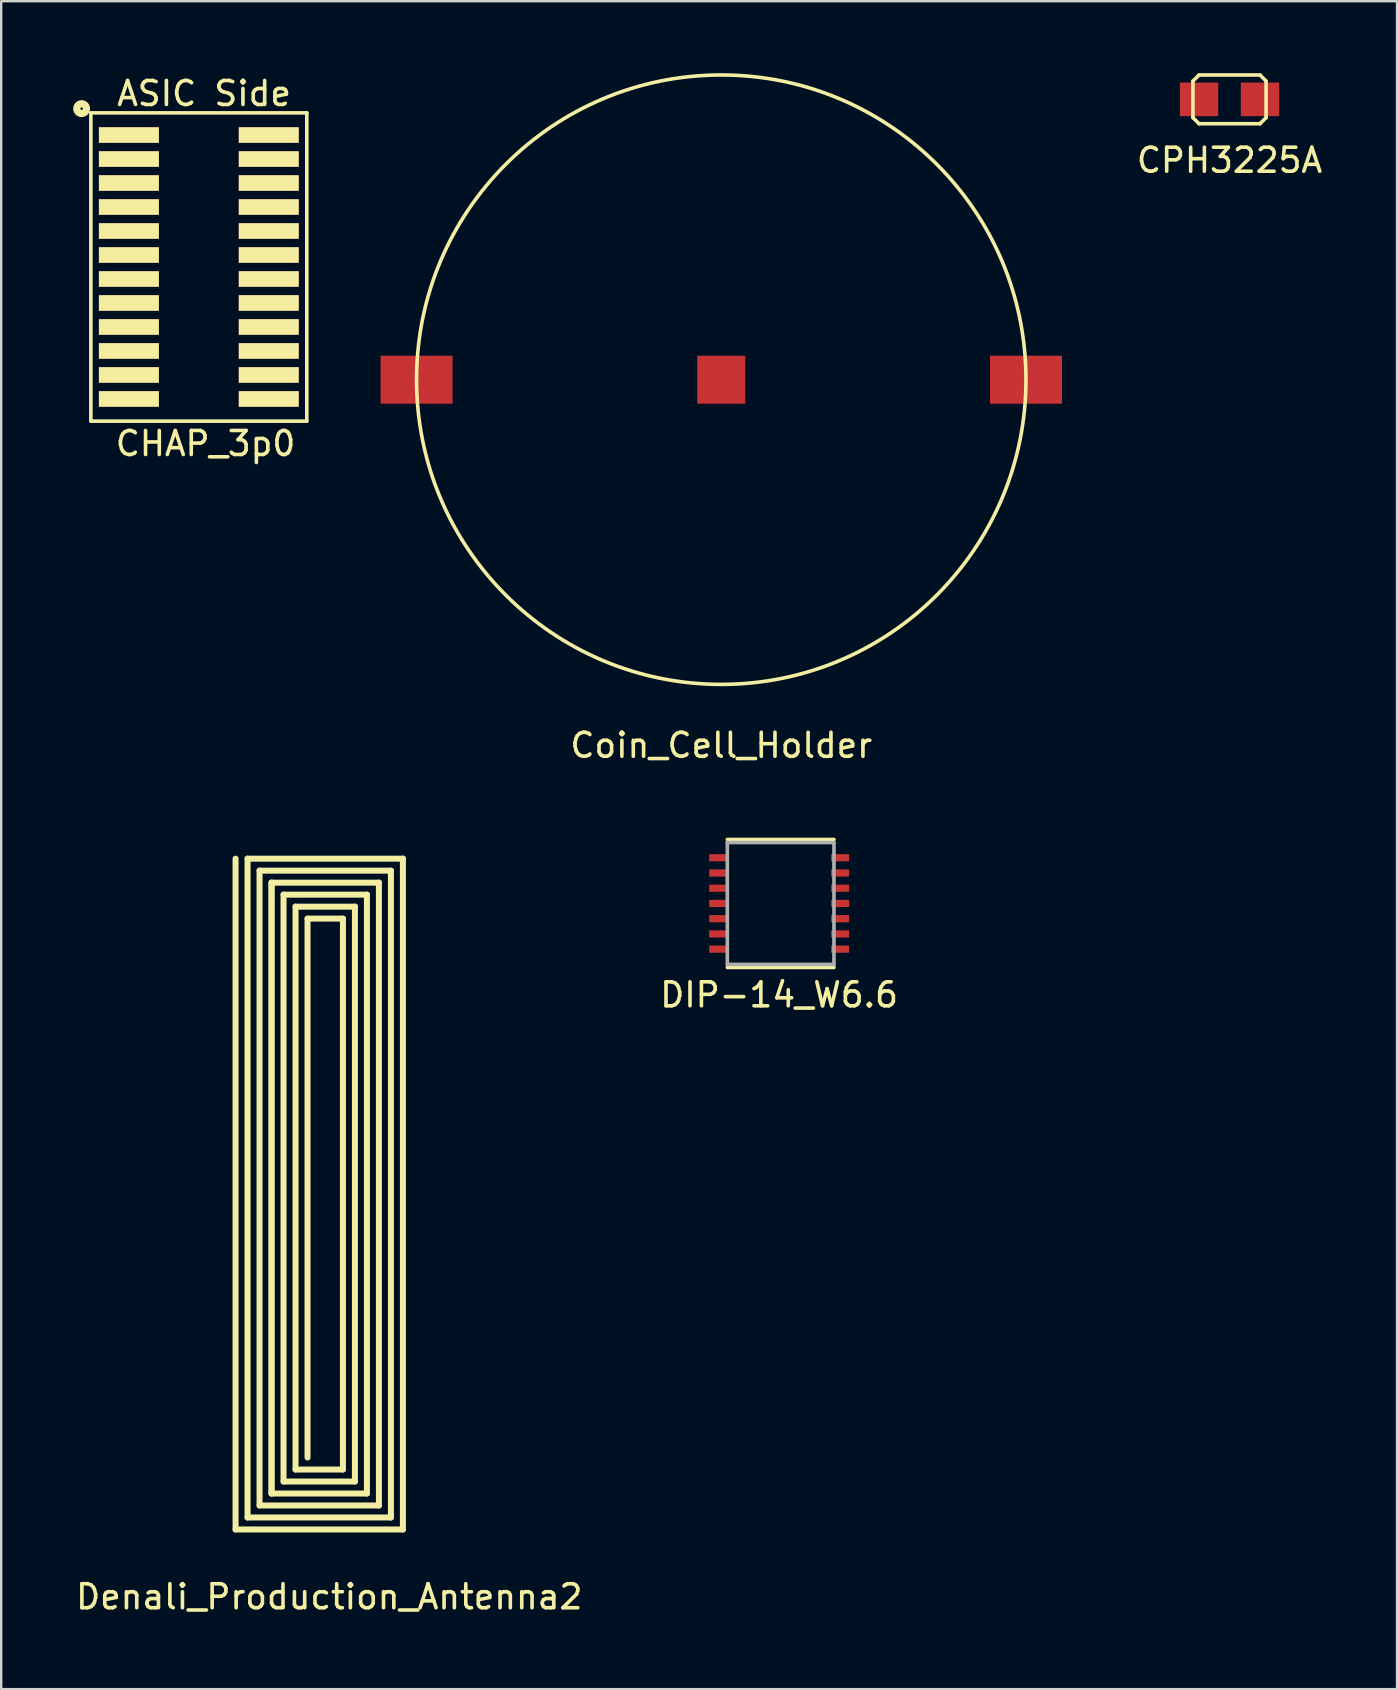
<source format=kicad_pcb>
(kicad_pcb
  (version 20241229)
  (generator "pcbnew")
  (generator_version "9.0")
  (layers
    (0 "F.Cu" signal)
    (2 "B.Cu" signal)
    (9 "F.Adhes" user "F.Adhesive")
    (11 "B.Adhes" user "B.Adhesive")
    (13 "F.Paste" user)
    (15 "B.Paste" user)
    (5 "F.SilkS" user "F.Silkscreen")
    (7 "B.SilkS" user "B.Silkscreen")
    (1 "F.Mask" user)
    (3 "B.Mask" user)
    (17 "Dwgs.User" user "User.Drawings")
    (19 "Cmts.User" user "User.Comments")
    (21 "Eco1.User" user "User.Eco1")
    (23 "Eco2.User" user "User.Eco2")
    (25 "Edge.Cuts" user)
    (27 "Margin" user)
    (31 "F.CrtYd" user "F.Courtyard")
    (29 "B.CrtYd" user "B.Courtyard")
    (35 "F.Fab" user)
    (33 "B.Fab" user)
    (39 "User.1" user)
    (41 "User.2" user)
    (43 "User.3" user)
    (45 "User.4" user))
  (footprint "CPH3225A"
    (layer "F.Cu")
    (at 48.195 1.091)
    (property "Reference" "CPH3225A" (at 0 2.54 0) (layer "F.SilkS") (effects (font (size 1 1) (thickness 0.15))))
    (attr through_hole)
    (fp_line (start -1.524 -0.762) (end -1.27 -1.016) (stroke (width 0.15) (type solid)) (layer "F.SilkS"))
    (fp_line (start -1.524 0.762) (end -1.524 -0.762) (stroke (width 0.15) (type solid)) (layer "F.SilkS"))
    (fp_line (start -1.27 -1.016) (end 1.27 -1.016) (stroke (width 0.15) (type solid)) (layer "F.SilkS"))
    (fp_line (start -1.27 1.016) (end -1.524 0.762) (stroke (width 0.15) (type solid)) (layer "F.SilkS"))
    (fp_line (start 1.27 -1.016) (end 1.524 -0.762) (stroke (width 0.15) (type solid)) (layer "F.SilkS"))
    (fp_line (start 1.27 1.016) (end -1.27 1.016) (stroke (width 0.15) (type solid)) (layer "F.SilkS"))
    (fp_line (start 1.524 -0.762) (end 1.524 0.762) (stroke (width 0.15) (type solid)) (layer "F.SilkS"))
    (fp_line (start 1.524 0.762) (end 1.27 1.016) (stroke (width 0.15) (type solid)) (layer "F.SilkS"))
    (pad "1" smd rect (at -1.27 0) (size 1.6 1.4) (layers "F.Cu" "F.Mask" "F.Paste"))
    (pad "2" smd rect (at 1.27 0) (size 1.6 1.4) (layers "F.Cu" "F.Mask" "F.Paste")))
  (footprint "Denali_Production_Antenna2"
    (layer "F.Cu")
    (at 6.143 32.113)
    (property "Reference" "Denali_Production_Antenna2" (at 4.53 31.39 0) (layer "F.SilkS") (effects (font (size 1 1) (thickness 0.15))))
    (attr through_hole)
    (fp_line (start 0.625 0.625) (end 0.625 28.585) (stroke (width 0.25) (type solid)) (layer "F.SilkS"))
    (fp_line (start 0.625 28.585) (end 7.6 28.585) (stroke (width 0.25) (type solid)) (layer "F.SilkS"))
    (fp_line (start 1.125 0.625) (end 1.125 28.085) (stroke (width 0.25) (type solid)) (layer "F.SilkS"))
    (fp_line (start 1.125 28.085) (end 7.1 28.085) (stroke (width 0.25) (type solid)) (layer "F.SilkS"))
    (fp_line (start 1.625 1.125) (end 1.625 27.585) (stroke (width 0.25) (type solid)) (layer "F.SilkS"))
    (fp_line (start 1.625 27.585) (end 6.6 27.585) (stroke (width 0.25) (type solid)) (layer "F.SilkS"))
    (fp_line (start 2.125 1.625) (end 2.125 27.085) (stroke (width 0.25) (type solid)) (layer "F.SilkS"))
    (fp_line (start 2.125 1.625) (end 2.125 27.085) (stroke (width 0.25) (type solid)) (layer "F.SilkS"))
    (fp_line (start 2.125 27.085) (end 6.1 27.085) (stroke (width 0.25) (type solid)) (layer "F.SilkS"))
    (fp_line (start 2.625 2.125) (end 2.625 26.585) (stroke (width 0.25) (type solid)) (layer "F.SilkS"))
    (fp_line (start 2.625 26.585) (end 5.6 26.585) (stroke (width 0.25) (type solid)) (layer "F.SilkS"))
    (fp_line (start 3.125 2.625) (end 3.125 26.085) (stroke (width 0.25) (type solid)) (layer "F.SilkS"))
    (fp_line (start 3.125 26.085) (end 5.1 26.085) (stroke (width 0.25) (type solid)) (layer "F.SilkS"))
    (fp_line (start 3.625 3.125) (end 3.625 25.585) (stroke (width 0.25) (type solid)) (layer "F.SilkS"))
    (fp_line (start 5.1 3.125) (end 3.625 3.125) (stroke (width 0.25) (type solid)) (layer "F.SilkS"))
    (fp_line (start 5.1 26.085) (end 5.1 3.125) (stroke (width 0.25) (type solid)) (layer "F.SilkS"))
    (fp_line (start 5.6 2.625) (end 3.125 2.625) (stroke (width 0.25) (type solid)) (layer "F.SilkS"))
    (fp_line (start 5.6 26.585) (end 5.6 2.625) (stroke (width 0.25) (type solid)) (layer "F.SilkS"))
    (fp_line (start 6.1 2.125) (end 2.625 2.125) (stroke (width 0.25) (type solid)) (layer "F.SilkS"))
    (fp_line (start 6.1 27.085) (end 6.1 2.125) (stroke (width 0.25) (type solid)) (layer "F.SilkS"))
    (fp_line (start 6.6 1.625) (end 2.125 1.625) (stroke (width 0.25) (type solid)) (layer "F.SilkS"))
    (fp_line (start 6.6 27.585) (end 6.6 1.625) (stroke (width 0.25) (type solid)) (layer "F.SilkS"))
    (fp_line (start 7.1 1.125) (end 1.625 1.125) (stroke (width 0.25) (type solid)) (layer "F.SilkS"))
    (fp_line (start 7.1 28.085) (end 7.1 1.125) (stroke (width 0.25) (type solid)) (layer "F.SilkS"))
    (fp_line (start 7.6 0.625) (end 1.125 0.625) (stroke (width 0.25) (type solid)) (layer "F.SilkS"))
    (fp_line (start 7.6 28.585) (end 7.6 0.625) (stroke (width 0.25) (type solid)) (layer "F.SilkS")))
  (footprint "DIP-14_W6.6"
    (layer "F.Cu")
    (at 29.423 34.605)
    (property "Reference" "DIP-14_W6.6" (at 0 3.81 0) (layer "F.SilkS") (effects (font (size 1 1) (thickness 0.15))))
    (attr through_hole)
    (fp_line (start -2.159 2.667) (end 2.286 2.667) (stroke (width 0.15) (type solid)) (layer "F.SilkS"))
    (fp_line (start 2.286 -2.667) (end -2.159 -2.667) (stroke (width 0.15) (type solid)) (layer "F.SilkS"))
    (fp_line (start -2.159 -2.54) (end -2.159 2.54) (stroke (width 0.15) (type solid)) (layer "F.Fab"))
    (fp_line (start -2.159 2.54) (end 2.286 2.54) (stroke (width 0.15) (type solid)) (layer "F.Fab"))
    (fp_line (start 2.286 -2.54) (end -2.159 -2.54) (stroke (width 0.15) (type solid)) (layer "F.Fab"))
    (fp_line (start 2.286 2.54) (end 2.286 -2.54) (stroke (width 0.15) (type solid)) (layer "F.Fab"))
    (pad "1" smd rect (at -2.54 -1.905) (size 0.75 0.3) (layers "F.Cu" "F.Mask" "F.Paste"))
    (pad "2" smd rect (at -2.54 -1.27) (size 0.75 0.3) (layers "F.Cu" "F.Mask" "F.Paste"))
    (pad "3" smd rect (at -2.54 -0.635) (size 0.75 0.3) (layers "F.Cu" "F.Mask" "F.Paste"))
    (pad "4" smd rect (at -2.54 0) (size 0.75 0.3) (layers "F.Cu" "F.Mask" "F.Paste"))
    (pad "5" smd rect (at -2.54 0.635) (size 0.75 0.3) (layers "F.Cu" "F.Mask" "F.Paste"))
    (pad "6" smd rect (at -2.54 1.27) (size 0.75 0.3) (layers "F.Cu" "F.Mask" "F.Paste"))
    (pad "7" smd rect (at -2.54 1.905) (size 0.75 0.3) (layers "F.Cu" "F.Mask" "F.Paste"))
    (pad "8" smd rect (at 2.54 1.905) (size 0.75 0.3) (layers "F.Cu" "F.Mask" "F.Paste"))
    (pad "9" smd rect (at 2.54 1.27) (size 0.75 0.3) (layers "F.Cu" "F.Mask" "F.Paste"))
    (pad "10" smd rect (at 2.54 0.635) (size 0.75 0.3) (layers "F.Cu" "F.Mask" "F.Paste"))
    (pad "11" smd rect (at 2.54 0) (size 0.75 0.3) (layers "F.Cu" "F.Mask" "F.Paste"))
    (pad "12" smd rect (at 2.54 -0.635) (size 0.75 0.3) (layers "F.Cu" "F.Mask" "F.Paste"))
    (pad "13" smd rect (at 2.54 -1.27) (size 0.75 0.3) (layers "F.Cu" "F.Mask" "F.Paste"))
    (pad "14" smd rect (at 2.54 -1.905) (size 0.75 0.3) (layers "F.Cu" "F.Mask" "F.Paste")))
  (footprint "CHAP_3p0"
    (layer "F.Cu")
    (at 5.237 0.578)
    (property "Reference" "CHAP_3p0" (at 0.28 14.86 0) (layer "F.SilkS") (effects (font (size 1 1) (thickness 0.15))))
    (attr through_hole)
    (fp_line (start -4.5 1.075) (end -4.5 13.925) (stroke (width 0.15) (type solid)) (layer "F.SilkS"))
    (fp_line (start -4.5 1.075) (end 4.5 1.075) (stroke (width 0.15) (type solid)) (layer "F.SilkS"))
    (fp_line (start -4.5 13.925) (end 4.5 13.925) (stroke (width 0.15) (type solid)) (layer "F.SilkS"))
    (fp_line (start 4.5 1.075) (end 4.5 13.925) (stroke (width 0.15) (type solid)) (layer "F.SilkS"))
    (fp_circle (center -4.885 0.9) (end -4.775 1.07) (stroke (width 0.3) (type solid)) (fill no) (layer "F.SilkS"))
    (fp_text user "ASIC Side" (at 0.22 0.27 0) (layer "F.SilkS") (effects (font (size 1 1) (thickness 0.15))))
    (pad "1" smd rect (at -2.915 2) (size 2.5 0.65) (layers "F.Cu" "F.Mask" "F.SilkS" "F.Paste"))
    (pad "2" smd rect (at -2.915 3) (size 2.5 0.65) (layers "F.Cu" "F.Mask" "F.SilkS" "F.Paste"))
    (pad "3" smd rect (at -2.915 4) (size 2.5 0.65) (layers "F.Cu" "F.Mask" "F.SilkS" "F.Paste"))
    (pad "4" smd rect (at -2.915 5) (size 2.5 0.65) (layers "F.Cu" "F.Mask" "F.SilkS" "F.Paste"))
    (pad "5" smd rect (at -2.915 6) (size 2.5 0.65) (layers "F.Cu" "F.Mask" "F.SilkS" "F.Paste"))
    (pad "6" smd rect (at -2.915 7) (size 2.5 0.65) (layers "F.Cu" "F.Mask" "F.SilkS" "F.Paste"))
    (pad "7" smd rect (at -2.915 8) (size 2.5 0.65) (layers "F.Cu" "F.Mask" "F.SilkS" "F.Paste"))
    (pad "8" smd rect (at -2.915 9) (size 2.5 0.65) (layers "F.Cu" "F.Mask" "F.SilkS" "F.Paste"))
    (pad "9" smd rect (at -2.915 10) (size 2.5 0.65) (layers "F.Cu" "F.Mask" "F.SilkS" "F.Paste"))
    (pad "10" smd rect (at -2.915 11) (size 2.5 0.65) (layers "F.Cu" "F.Mask" "F.SilkS" "F.Paste"))
    (pad "11" smd rect (at -2.915 12) (size 2.5 0.65) (layers "F.Cu" "F.Mask" "F.SilkS" "F.Paste"))
    (pad "12" smd rect (at -2.915 13) (size 2.5 0.65) (layers "F.Cu" "F.Mask" "F.SilkS" "F.Paste"))
    (pad "13" smd rect (at 2.915 13) (size 2.5 0.65) (layers "F.Cu" "F.Mask" "F.SilkS" "F.Paste"))
    (pad "14" smd rect (at 2.915 12) (size 2.5 0.65) (layers "F.Cu" "F.Mask" "F.SilkS" "F.Paste"))
    (pad "15" smd rect (at 2.915 11) (size 2.5 0.65) (layers "F.Cu" "F.Mask" "F.SilkS" "F.Paste"))
    (pad "16" smd rect (at 2.915 10) (size 2.5 0.65) (layers "F.Cu" "F.Mask" "F.SilkS" "F.Paste"))
    (pad "17" smd rect (at 2.915 9) (size 2.5 0.65) (layers "F.Cu" "F.Mask" "F.SilkS" "F.Paste"))
    (pad "18" smd rect (at 2.915 8) (size 2.5 0.65) (layers "F.Cu" "F.Mask" "F.SilkS" "F.Paste"))
    (pad "19" smd rect (at 2.915 7) (size 2.5 0.65) (layers "F.Cu" "F.Mask" "F.SilkS" "F.Paste"))
    (pad "20" smd rect (at 2.915 6) (size 2.5 0.65) (layers "F.Cu" "F.Mask" "F.SilkS" "F.Paste"))
    (pad "21" smd rect (at 2.915 5) (size 2.5 0.65) (layers "F.Cu" "F.Mask" "F.SilkS" "F.Paste"))
    (pad "22" smd rect (at 2.915 4) (size 2.5 0.65) (layers "F.Cu" "F.Mask" "F.SilkS" "F.Paste"))
    (pad "23" smd rect (at 2.915 3) (size 2.5 0.65) (layers "F.Cu" "F.Mask" "F.SilkS" "F.Paste"))
    (pad "24" smd rect (at 2.915 2) (size 2.5 0.65) (layers "F.Cu" "F.Mask" "F.SilkS" "F.Paste")))
  (footprint "Coin_Cell_Holder"
    (layer "F.Cu")
    (at 27.012 12.775)
    (property "Reference" "Coin_Cell_Holder" (at 0 15.24 0) (layer "F.SilkS") (effects (font (size 1 1) (thickness 0.15))))
    (attr through_hole)
    (fp_circle (center 0 0) (end 12.7 0) (stroke (width 0.15) (type solid)) (fill no) (layer "F.SilkS"))
    (pad "1" smd rect (at -12.7 0) (size 3 2) (layers "F.Cu" "F.Mask" "F.Paste"))
    (pad "1" smd rect (at 12.7 0) (size 3 2) (layers "F.Cu" "F.Mask" "F.Paste"))
    (pad "2" smd rect (at 0 0) (size 2 2) (layers "F.Cu" "F.Mask" "F.Paste")))
  (gr_rect
    (start -3 -3)
    (end 55.177 67.352)
    (stroke (width 0.1) (type default))
    (fill no)
    (layer "Edge.Cuts")))
</source>
